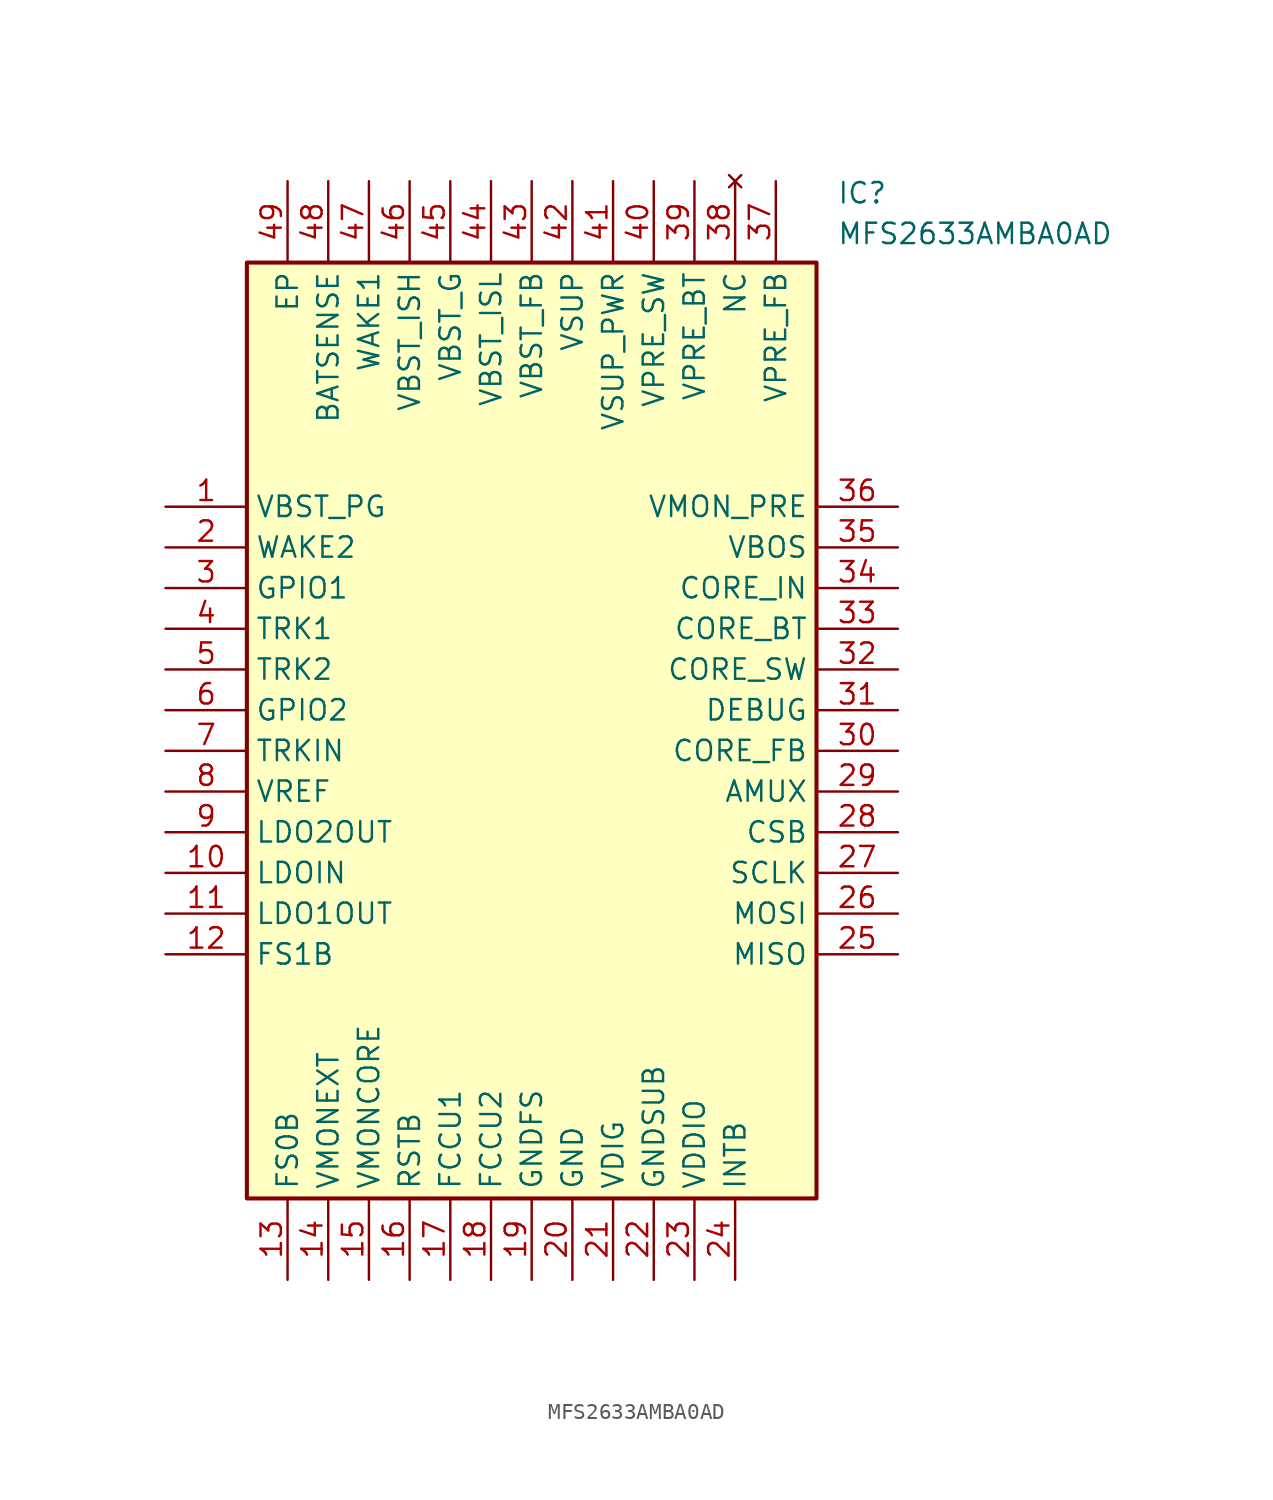
<source format=kicad_sym>
(kicad_symbol_lib
  (version 20211014)
  (generator SamacSys_ECAD_Model)
  (symbol "MFS2633AMBA0AD"
    (property "Reference" "IC"
      (at 41.91 20.32 0)
      (effects (font (size 1.27 1.27)) (justify left top)))
    (property "Value" "MFS2633AMBA0AD"
      (at 41.91 17.78 0)
      (effects (font (size 1.27 1.27)) (justify left top)))
    (rectangle
      (start 5.08 15.24)
      (end 40.64 -43.18)
      (stroke (width 0.254) (type default))
      (fill (type background)))
    (pin passive line
      (at 0 0 0)
      (length 5.08)
      (name "VBST_PG" (effects (font (size 1.27 1.27))))
      (number "1" (effects (font (size 1.27 1.27)))))
    (pin passive line
      (at 0 -2.54 0)
      (length 5.08)
      (name "WAKE2" (effects (font (size 1.27 1.27))))
      (number "2" (effects (font (size 1.27 1.27)))))
    (pin passive line
      (at 0 -5.08 0)
      (length 5.08)
      (name "GPIO1" (effects (font (size 1.27 1.27))))
      (number "3" (effects (font (size 1.27 1.27)))))
    (pin passive line
      (at 0 -7.62 0)
      (length 5.08)
      (name "TRK1" (effects (font (size 1.27 1.27))))
      (number "4" (effects (font (size 1.27 1.27)))))
    (pin passive line
      (at 0 -10.16 0)
      (length 5.08)
      (name "TRK2" (effects (font (size 1.27 1.27))))
      (number "5" (effects (font (size 1.27 1.27)))))
    (pin passive line
      (at 0 -12.7 0)
      (length 5.08)
      (name "GPIO2" (effects (font (size 1.27 1.27))))
      (number "6" (effects (font (size 1.27 1.27)))))
    (pin passive line
      (at 0 -15.24 0)
      (length 5.08)
      (name "TRKIN" (effects (font (size 1.27 1.27))))
      (number "7" (effects (font (size 1.27 1.27)))))
    (pin passive line
      (at 0 -17.78 0)
      (length 5.08)
      (name "VREF" (effects (font (size 1.27 1.27))))
      (number "8" (effects (font (size 1.27 1.27)))))
    (pin passive line
      (at 0 -20.32 0)
      (length 5.08)
      (name "LDO2OUT" (effects (font (size 1.27 1.27))))
      (number "9" (effects (font (size 1.27 1.27)))))
    (pin passive line
      (at 0 -22.86 0)
      (length 5.08)
      (name "LDOIN" (effects (font (size 1.27 1.27))))
      (number "10" (effects (font (size 1.27 1.27)))))
    (pin passive line
      (at 0 -25.4 0)
      (length 5.08)
      (name "LDO1OUT" (effects (font (size 1.27 1.27))))
      (number "11" (effects (font (size 1.27 1.27)))))
    (pin passive line
      (at 0 -27.94 0)
      (length 5.08)
      (name "FS1B" (effects (font (size 1.27 1.27))))
      (number "12" (effects (font (size 1.27 1.27)))))
    (pin passive line
      (at 7.62 -48.26 90)
      (length 5.08)
      (name "FS0B" (effects (font (size 1.27 1.27))))
      (number "13" (effects (font (size 1.27 1.27)))))
    (pin passive line
      (at 10.16 -48.26 90)
      (length 5.08)
      (name "VMONEXT" (effects (font (size 1.27 1.27))))
      (number "14" (effects (font (size 1.27 1.27)))))
    (pin passive line
      (at 12.7 -48.26 90)
      (length 5.08)
      (name "VMONCORE" (effects (font (size 1.27 1.27))))
      (number "15" (effects (font (size 1.27 1.27)))))
    (pin passive line
      (at 15.24 -48.26 90)
      (length 5.08)
      (name "RSTB" (effects (font (size 1.27 1.27))))
      (number "16" (effects (font (size 1.27 1.27)))))
    (pin passive line
      (at 17.78 -48.26 90)
      (length 5.08)
      (name "FCCU1" (effects (font (size 1.27 1.27))))
      (number "17" (effects (font (size 1.27 1.27)))))
    (pin passive line
      (at 20.32 -48.26 90)
      (length 5.08)
      (name "FCCU2" (effects (font (size 1.27 1.27))))
      (number "18" (effects (font (size 1.27 1.27)))))
    (pin passive line
      (at 22.86 -48.26 90)
      (length 5.08)
      (name "GNDFS" (effects (font (size 1.27 1.27))))
      (number "19" (effects (font (size 1.27 1.27)))))
    (pin passive line
      (at 25.4 -48.26 90)
      (length 5.08)
      (name "GND" (effects (font (size 1.27 1.27))))
      (number "20" (effects (font (size 1.27 1.27)))))
    (pin passive line
      (at 27.94 -48.26 90)
      (length 5.08)
      (name "VDIG" (effects (font (size 1.27 1.27))))
      (number "21" (effects (font (size 1.27 1.27)))))
    (pin passive line
      (at 30.48 -48.26 90)
      (length 5.08)
      (name "GNDSUB" (effects (font (size 1.27 1.27))))
      (number "22" (effects (font (size 1.27 1.27)))))
    (pin passive line
      (at 33.02 -48.26 90)
      (length 5.08)
      (name "VDDIO" (effects (font (size 1.27 1.27))))
      (number "23" (effects (font (size 1.27 1.27)))))
    (pin passive line
      (at 35.56 -48.26 90)
      (length 5.08)
      (name "INTB" (effects (font (size 1.27 1.27))))
      (number "24" (effects (font (size 1.27 1.27)))))
    (pin passive line
      (at 45.72 0 180)
      (length 5.08)
      (name "VMON_PRE" (effects (font (size 1.27 1.27))))
      (number "36" (effects (font (size 1.27 1.27)))))
    (pin passive line
      (at 45.72 -2.54 180)
      (length 5.08)
      (name "VBOS" (effects (font (size 1.27 1.27))))
      (number "35" (effects (font (size 1.27 1.27)))))
    (pin passive line
      (at 45.72 -5.08 180)
      (length 5.08)
      (name "CORE_IN" (effects (font (size 1.27 1.27))))
      (number "34" (effects (font (size 1.27 1.27)))))
    (pin passive line
      (at 45.72 -7.62 180)
      (length 5.08)
      (name "CORE_BT" (effects (font (size 1.27 1.27))))
      (number "33" (effects (font (size 1.27 1.27)))))
    (pin passive line
      (at 45.72 -10.16 180)
      (length 5.08)
      (name "CORE_SW" (effects (font (size 1.27 1.27))))
      (number "32" (effects (font (size 1.27 1.27)))))
    (pin passive line
      (at 45.72 -12.7 180)
      (length 5.08)
      (name "DEBUG" (effects (font (size 1.27 1.27))))
      (number "31" (effects (font (size 1.27 1.27)))))
    (pin passive line
      (at 45.72 -15.24 180)
      (length 5.08)
      (name "CORE_FB" (effects (font (size 1.27 1.27))))
      (number "30" (effects (font (size 1.27 1.27)))))
    (pin passive line
      (at 45.72 -17.78 180)
      (length 5.08)
      (name "AMUX" (effects (font (size 1.27 1.27))))
      (number "29" (effects (font (size 1.27 1.27)))))
    (pin passive line
      (at 45.72 -20.32 180)
      (length 5.08)
      (name "CSB" (effects (font (size 1.27 1.27))))
      (number "28" (effects (font (size 1.27 1.27)))))
    (pin passive line
      (at 45.72 -22.86 180)
      (length 5.08)
      (name "SCLK" (effects (font (size 1.27 1.27))))
      (number "27" (effects (font (size 1.27 1.27)))))
    (pin passive line
      (at 45.72 -25.4 180)
      (length 5.08)
      (name "MOSI" (effects (font (size 1.27 1.27))))
      (number "26" (effects (font (size 1.27 1.27)))))
    (pin passive line
      (at 45.72 -27.94 180)
      (length 5.08)
      (name "MISO" (effects (font (size 1.27 1.27))))
      (number "25" (effects (font (size 1.27 1.27)))))
    (pin passive line
      (at 7.62 20.32 270)
      (length 5.08)
      (name "EP" (effects (font (size 1.27 1.27))))
      (number "49" (effects (font (size 1.27 1.27)))))
    (pin passive line
      (at 10.16 20.32 270)
      (length 5.08)
      (name "BATSENSE" (effects (font (size 1.27 1.27))))
      (number "48" (effects (font (size 1.27 1.27)))))
    (pin passive line
      (at 12.7 20.32 270)
      (length 5.08)
      (name "WAKE1" (effects (font (size 1.27 1.27))))
      (number "47" (effects (font (size 1.27 1.27)))))
    (pin passive line
      (at 15.24 20.32 270)
      (length 5.08)
      (name "VBST_ISH" (effects (font (size 1.27 1.27))))
      (number "46" (effects (font (size 1.27 1.27)))))
    (pin passive line
      (at 17.78 20.32 270)
      (length 5.08)
      (name "VBST_G" (effects (font (size 1.27 1.27))))
      (number "45" (effects (font (size 1.27 1.27)))))
    (pin passive line
      (at 20.32 20.32 270)
      (length 5.08)
      (name "VBST_ISL" (effects (font (size 1.27 1.27))))
      (number "44" (effects (font (size 1.27 1.27)))))
    (pin passive line
      (at 22.86 20.32 270)
      (length 5.08)
      (name "VBST_FB" (effects (font (size 1.27 1.27))))
      (number "43" (effects (font (size 1.27 1.27)))))
    (pin passive line
      (at 25.4 20.32 270)
      (length 5.08)
      (name "VSUP" (effects (font (size 1.27 1.27))))
      (number "42" (effects (font (size 1.27 1.27)))))
    (pin passive line
      (at 27.94 20.32 270)
      (length 5.08)
      (name "VSUP_PWR" (effects (font (size 1.27 1.27))))
      (number "41" (effects (font (size 1.27 1.27)))))
    (pin passive line
      (at 30.48 20.32 270)
      (length 5.08)
      (name "VPRE_SW" (effects (font (size 1.27 1.27))))
      (number "40" (effects (font (size 1.27 1.27)))))
    (pin passive line
      (at 33.02 20.32 270)
      (length 5.08)
      (name "VPRE_BT" (effects (font (size 1.27 1.27))))
      (number "39" (effects (font (size 1.27 1.27)))))
    (pin no_connect line
      (at 35.56 20.32 270)
      (length 5.08)
      (name "NC" (effects (font (size 1.27 1.27))))
      (number "38" (effects (font (size 1.27 1.27)))))
    (pin passive line
      (at 38.1 20.32 270)
      (length 5.08)
      (name "VPRE_FB" (effects (font (size 1.27 1.27))))
      (number "37" (effects (font (size 1.27 1.27)))))))
</source>
